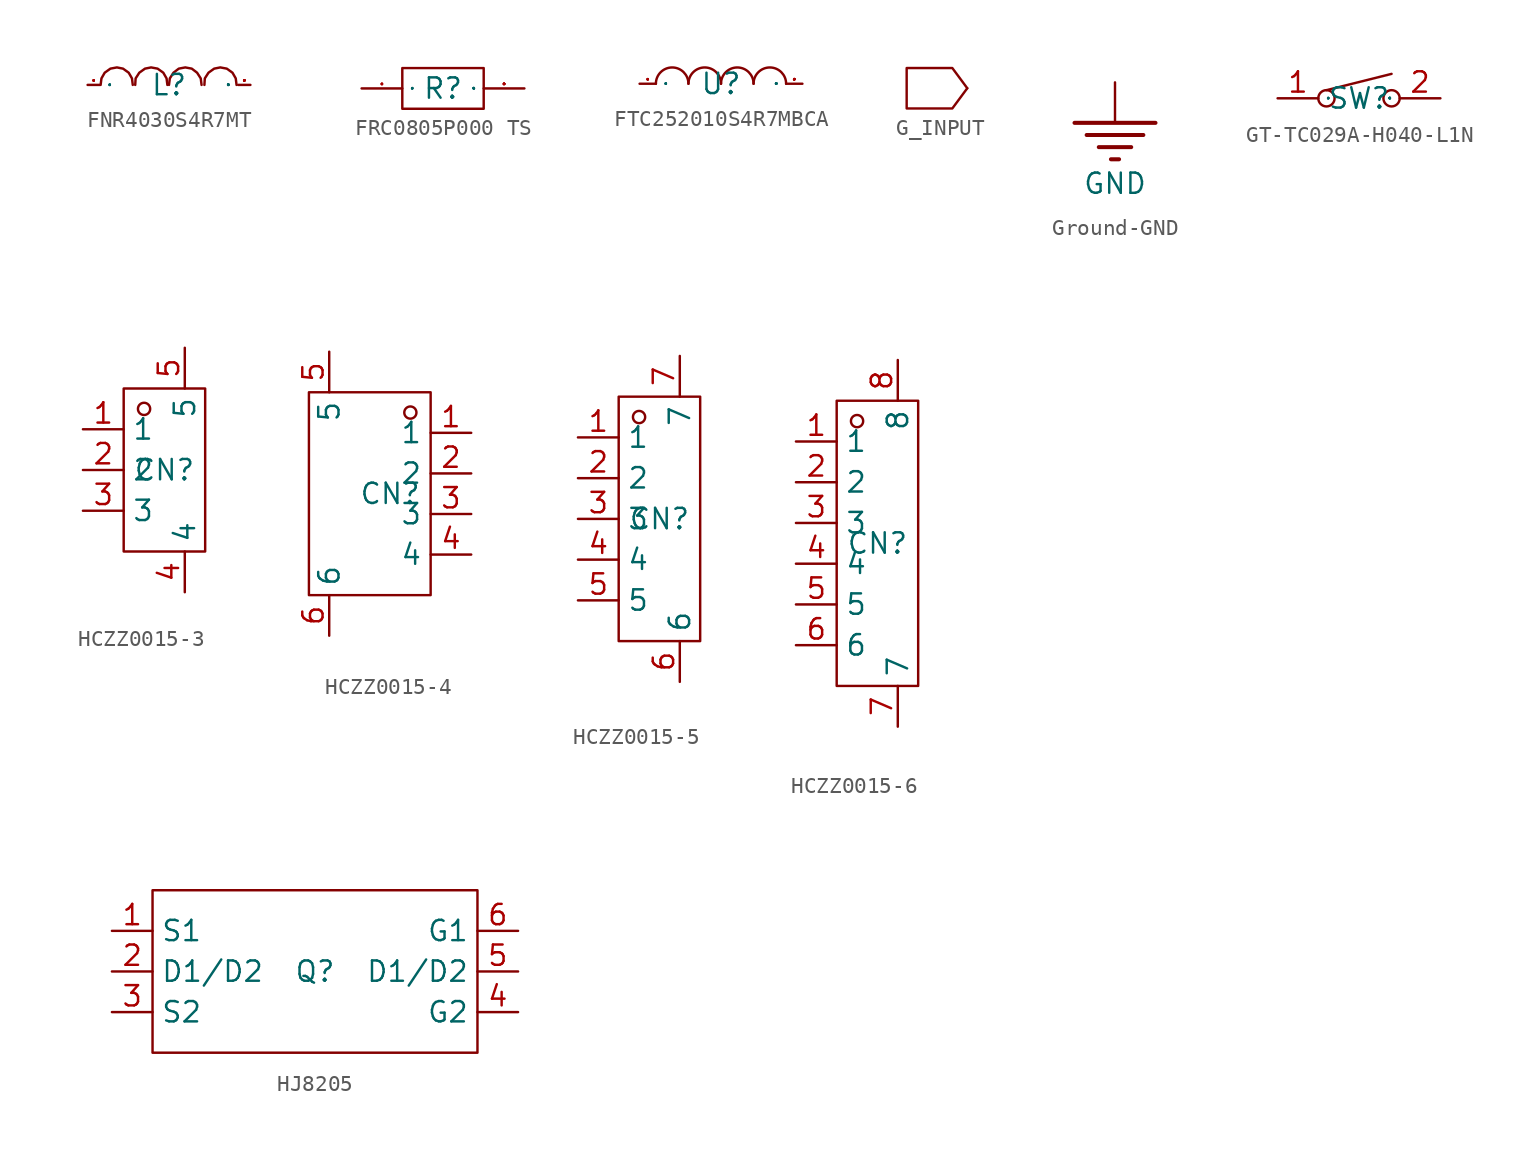
<source format=kicad_sym>
(kicad_symbol_lib
  (version 20241209)
  (generator "kicad_symbol_editor")
  (generator_version "9.0")
  (symbol "FNR4030S4R7MT"
    (property "Reference" "L"
      (at 0 0 0)
      (effects (font (size 1.27 1.27))))
    (symbol "FNR4030S4R7MT_1_0"
      (polyline (pts (xy -4.267 0) (xy -4.216 0.406) (xy -4.216 0.406) (xy -4.013 0.762) (xy -4.013 0.762) (xy -3.658 1.016) (xy -3.658 1.016) (xy -3.251 1.092) (xy -3.251 1.092) (xy -2.87 1.016) (xy -2.87 1.016) (xy -2.515 0.762) (xy -2.515 0.762) (xy -2.311 0.406) (xy -2.311 0.406) (xy -2.261 0)) (stroke (width 0) (type default)) (fill (type none)))
      (polyline (pts (xy -2.108 0) (xy -2.083 0.406) (xy -2.083 0.406) (xy -1.854 0.762) (xy -1.854 0.762) (xy -1.499 1.016) (xy -1.499 1.016) (xy -1.118 1.092) (xy -1.118 1.092) (xy -0.711 1.016) (xy -0.711 1.016) (xy -0.356 0.762) (xy -0.356 0.762) (xy -0.152 0.406) (xy -0.152 0.406) (xy -0.102 0)) (stroke (width 0) (type default)) (fill (type none)))
      (polyline (pts (xy 0 0) (xy 0.051 0.406) (xy 0.051 0.406) (xy 0.279 0.762) (xy 0.279 0.762) (xy 0.61 1.016) (xy 0.61 1.016) (xy 1.016 1.092) (xy 1.016 1.092) (xy 1.422 1.016) (xy 1.422 1.016) (xy 1.753 0.762) (xy 1.753 0.762) (xy 1.981 0.406) (xy 1.981 0.406) (xy 2.032 0)) (stroke (width 0) (type default)) (fill (type none)))
      (polyline (pts (xy 2.21 0) (xy 2.235 0.406) (xy 2.235 0.406) (xy 2.464 0.762) (xy 2.464 0.762) (xy 2.819 1.016) (xy 2.819 1.016) (xy 3.2 1.092) (xy 3.2 1.092) (xy 3.607 1.016) (xy 3.607 1.016) (xy 3.962 0.762) (xy 3.962 0.762) (xy 4.166 0.406) (xy 4.166 0.406) (xy 4.216 0)) (stroke (width 0) (type default)) (fill (type none)))
      (pin unspecified line (at -5.08 0 0) (length 0.762) (name "1" (effects (font (size 0.025 0.025)))) (number "1" (effects (font (size 0.025 0.025)))))
      (pin unspecified line (at 5.08 0 180) (length 0.762) (name "2" (effects (font (size 0.025 0.025)))) (number "2" (effects (font (size 0.025 0.025)))))))
  (symbol "FRC0805P000 TS"
    (property "Reference" "R"
      (at 0 0 0)
      (effects (font (size 1.27 1.27))))
    (symbol "FRC0805P000 TS_1_0"
      (rectangle (start -2.54 -1.27) (end 2.54 1.27) (stroke (width 0) (type default)) (fill (type none)))
      (pin unspecified line (at -5.08 0 0) (length 2.54) (name "1" (effects (font (size 0.025 0.025)))) (number "1" (effects (font (size 0.025 0.025)))))
      (pin unspecified line (at 5.08 0 180) (length 2.54) (name "2" (effects (font (size 0.025 0.025)))) (number "2" (effects (font (size 0.025 0.025)))))))
  (symbol "FTC252010S4R7MBCA"
    (property "Reference" "U"
      (at 0 0 0)
      (effects (font (size 1.27 1.27))))
    (symbol "FTC252010S4R7MBCA_1_0"
      (arc (start -4.064 0) (mid -3.0226 1.016) (end -2.032 0) (stroke (width 0) (type default)) (fill (type none)))
      (arc (start -2.032 0) (mid -0.9906 1.016) (end 0 0) (stroke (width 0) (type default)) (fill (type none)))
      (arc (start 0 0) (mid 1.016 1.016) (end 2.032 0) (stroke (width 0) (type default)) (fill (type none)))
      (arc (start 2.032 0) (mid 3.048 1.016) (end 4.064 0) (stroke (width 0) (type default)) (fill (type none)))
      (pin unspecified line (at -5.08 0 0) (length 1.016) (name "1" (effects (font (size 0.025 0.025)))) (number "1" (effects (font (size 0.025 0.025)))))
      (pin unspecified line (at 5.08 0 180) (length 1.016) (name "2" (effects (font (size 0.025 0.025)))) (number "2" (effects (font (size 0.025 0.025)))))))
  (symbol "G_INPUT"
    (power)
    (pin_numbers
      (hide yes))
    (pin_names
      (hide yes))
    (property "Reference" "#PWR"
      (at 0 0 0)
      (effects (font (size 1.27 1.27)) (hide yes)))
    (property "Value" ""
      (at 0 0 0)
      (effects (font (size 1.27 1.27))))
    (symbol "G_INPUT_1_0"
      (polyline (pts (xy 0 0) (xy -0.94 1.27) (xy -0.94 1.27) (xy -3.81 1.27) (xy -3.81 1.27) (xy -3.81 0) (xy -3.81 0) (xy -3.81 -1.27) (xy -3.81 -1.27) (xy -0.94 -1.27) (xy -0.94 -1.27) (xy 0 0)) (stroke (width 0) (type default)) (fill (type none)))
      (pin input line (at 0 0 270) (length 0) (name "1" (effects (font (size 0.025 0.025)))) (number "1" (effects (font (size 0 0)))))))
  (symbol "Ground-GND"
    (power)
    (pin_numbers
      (hide yes))
    (pin_names
      (hide yes))
    (property "Reference" "#PWR"
      (at 0 0 0)
      (effects (font (size 1.27 1.27)) (hide yes)))
    (property "Value" "GND"
      (at 0 -6.35 0)
      (effects (font (size 1.27 1.27))))
    (symbol "Ground-GND_1_0"
      (polyline (pts (xy -2.54 -2.54) (xy 2.54 -2.54)) (stroke (width 0.254) (type default)) (fill (type none)))
      (polyline (pts (xy -1.778 -3.302) (xy 1.778 -3.302)) (stroke (width 0.254) (type default)) (fill (type none)))
      (polyline (pts (xy -1.016 -4.064) (xy 1.016 -4.064)) (stroke (width 0.254) (type default)) (fill (type none)))
      (polyline (pts (xy -0.254 -4.826) (xy 0.254 -4.826)) (stroke (width 0.254) (type default)) (fill (type none)))
      (pin power_in line (at 0 0 270) (length 2.54) (name "" (effects (font (size 1.27 1.27)))) (number "1" (effects (font (size 0.025 0.025)))))))
  (symbol "GT-TC029A-H040-L1N"
    (property "Reference" "SW"
      (at 0 0 0)
      (effects (font (size 1.27 1.27))))
    (property "Value" ""
      (at 0 0 0)
      (effects (font (size 1.27 1.27))))
    (symbol "GT-TC029A-H040-L1N_1_0"
      (circle (center -2.032 0) (radius 0.508) (stroke (width 0) (type default)) (fill (type none)))
      (polyline (pts (xy 2.032 1.524) (xy -2.032 0.508)) (stroke (width 0) (type default)) (fill (type none)))
      (circle (center 2.032 0) (radius 0.508) (stroke (width 0) (type default)) (fill (type none)))
      (pin unspecified line (at -5.08 0 0) (length 2.54) (name "1" (effects (font (size 0.025 0.025)))) (number "1" (effects (font (size 1.27 1.27)))))
      (pin unspecified line (at 5.08 0 180) (length 2.54) (name "2" (effects (font (size 0.025 0.025)))) (number "2" (effects (font (size 1.27 1.27)))))))
  (symbol "HCZZ0015-3"
    (property "Reference" "CN"
      (at 0 0 0)
      (effects (font (size 1.27 1.27))))
    (property "Value" ""
      (at 0 0 0)
      (effects (font (size 1.27 1.27))))
    (symbol "HCZZ0015-3_1_0"
      (rectangle (start -2.54 -5.08) (end 2.54 5.08) (stroke (width 0) (type default)) (fill (type none)))
      (circle (center -1.27 3.81) (radius 0.381) (stroke (width 0) (type default)) (fill (type none)))
      (pin unspecified line (at -5.08 2.54 0) (length 2.54) (name "1" (effects (font (size 1.27 1.27)))) (number "1" (effects (font (size 1.27 1.27)))))
      (pin unspecified line (at -5.08 0 0) (length 2.54) (name "2" (effects (font (size 1.27 1.27)))) (number "2" (effects (font (size 1.27 1.27)))))
      (pin unspecified line (at -5.08 -2.54 0) (length 2.54) (name "3" (effects (font (size 1.27 1.27)))) (number "3" (effects (font (size 1.27 1.27)))))
      (pin unspecified line (at 1.27 7.62 270) (length 2.54) (name "5" (effects (font (size 1.27 1.27)))) (number "5" (effects (font (size 1.27 1.27)))))
      (pin unspecified line (at 1.27 -7.62 90) (length 2.54) (name "4" (effects (font (size 1.27 1.27)))) (number "4" (effects (font (size 1.27 1.27)))))))
  (symbol "HCZZ0015-4"
    (property "Reference" "CN"
      (at 0 0 0)
      (effects (font (size 1.27 1.27))))
    (property "Value" ""
      (at 0 0 0)
      (effects (font (size 1.27 1.27))))
    (symbol "HCZZ0015-4_1_0"
      (rectangle (start -5.08 -6.35) (end 2.54 6.35) (stroke (width 0) (type default)) (fill (type none)))
      (circle (center 1.27 5.08) (radius 0.381) (stroke (width 0) (type default)) (fill (type none)))
      (pin unspecified line (at -3.81 8.89 270) (length 2.54) (name "5" (effects (font (size 1.27 1.27)))) (number "5" (effects (font (size 1.27 1.27)))))
      (pin unspecified line (at -3.81 -8.89 90) (length 2.54) (name "6" (effects (font (size 1.27 1.27)))) (number "6" (effects (font (size 1.27 1.27)))))
      (pin unspecified line (at 5.08 3.81 180) (length 2.54) (name "1" (effects (font (size 1.27 1.27)))) (number "1" (effects (font (size 1.27 1.27)))))
      (pin unspecified line (at 5.08 1.27 180) (length 2.54) (name "2" (effects (font (size 1.27 1.27)))) (number "2" (effects (font (size 1.27 1.27)))))
      (pin unspecified line (at 5.08 -1.27 180) (length 2.54) (name "3" (effects (font (size 1.27 1.27)))) (number "3" (effects (font (size 1.27 1.27)))))
      (pin unspecified line (at 5.08 -3.81 180) (length 2.54) (name "4" (effects (font (size 1.27 1.27)))) (number "4" (effects (font (size 1.27 1.27)))))))
  (symbol "HCZZ0015-5"
    (property "Reference" "CN"
      (at 0 0 0)
      (effects (font (size 1.27 1.27))))
    (property "Value" ""
      (at 0 0 0)
      (effects (font (size 1.27 1.27))))
    (symbol "HCZZ0015-5_1_0"
      (rectangle (start -2.54 -7.62) (end 2.54 7.62) (stroke (width 0) (type default)) (fill (type none)))
      (circle (center -1.27 6.35) (radius 0.381) (stroke (width 0) (type default)) (fill (type none)))
      (pin unspecified line (at -5.08 5.08 0) (length 2.54) (name "1" (effects (font (size 1.27 1.27)))) (number "1" (effects (font (size 1.27 1.27)))))
      (pin unspecified line (at -5.08 2.54 0) (length 2.54) (name "2" (effects (font (size 1.27 1.27)))) (number "2" (effects (font (size 1.27 1.27)))))
      (pin unspecified line (at -5.08 0 0) (length 2.54) (name "3" (effects (font (size 1.27 1.27)))) (number "3" (effects (font (size 1.27 1.27)))))
      (pin unspecified line (at -5.08 -2.54 0) (length 2.54) (name "4" (effects (font (size 1.27 1.27)))) (number "4" (effects (font (size 1.27 1.27)))))
      (pin unspecified line (at -5.08 -5.08 0) (length 2.54) (name "5" (effects (font (size 1.27 1.27)))) (number "5" (effects (font (size 1.27 1.27)))))
      (pin unspecified line (at 1.27 10.16 270) (length 2.54) (name "7" (effects (font (size 1.27 1.27)))) (number "7" (effects (font (size 1.27 1.27)))))
      (pin unspecified line (at 1.27 -10.16 90) (length 2.54) (name "6" (effects (font (size 1.27 1.27)))) (number "6" (effects (font (size 1.27 1.27)))))))
  (symbol "HCZZ0015-6"
    (property "Reference" "CN"
      (at 0 0 0)
      (effects (font (size 1.27 1.27))))
    (property "Value" ""
      (at 0 0 0)
      (effects (font (size 1.27 1.27))))
    (symbol "HCZZ0015-6_1_0"
      (rectangle (start -2.54 -8.89) (end 2.54 8.89) (stroke (width 0) (type default)) (fill (type none)))
      (circle (center -1.27 7.62) (radius 0.381) (stroke (width 0) (type default)) (fill (type none)))
      (pin unspecified line (at -5.08 6.35 0) (length 2.54) (name "1" (effects (font (size 1.27 1.27)))) (number "1" (effects (font (size 1.27 1.27)))))
      (pin unspecified line (at -5.08 3.81 0) (length 2.54) (name "2" (effects (font (size 1.27 1.27)))) (number "2" (effects (font (size 1.27 1.27)))))
      (pin unspecified line (at -5.08 1.27 0) (length 2.54) (name "3" (effects (font (size 1.27 1.27)))) (number "3" (effects (font (size 1.27 1.27)))))
      (pin unspecified line (at -5.08 -1.27 0) (length 2.54) (name "4" (effects (font (size 1.27 1.27)))) (number "4" (effects (font (size 1.27 1.27)))))
      (pin unspecified line (at -5.08 -3.81 0) (length 2.54) (name "5" (effects (font (size 1.27 1.27)))) (number "5" (effects (font (size 1.27 1.27)))))
      (pin unspecified line (at -5.08 -6.35 0) (length 2.54) (name "6" (effects (font (size 1.27 1.27)))) (number "6" (effects (font (size 1.27 1.27)))))
      (pin unspecified line (at 1.27 11.43 270) (length 2.54) (name "8" (effects (font (size 1.27 1.27)))) (number "8" (effects (font (size 1.27 1.27)))))
      (pin unspecified line (at 1.27 -11.43 90) (length 2.54) (name "7" (effects (font (size 1.27 1.27)))) (number "7" (effects (font (size 1.27 1.27)))))))
  (symbol "HJ8205"
    (property "Reference" "Q"
      (at 0 0 0)
      (effects (font (size 1.27 1.27))))
    (property "Value" ""
      (at 0 0 0)
      (effects (font (size 1.27 1.27))))
    (symbol "HJ8205_1_0"
      (rectangle (start -10.16 5.08) (end 10.16 -5.08) (stroke (width 0) (type default)) (fill (type none)))
      (pin unspecified line (at -12.7 2.54 0) (length 2.54) (name "S1" (effects (font (size 1.27 1.27)))) (number "1" (effects (font (size 1.27 1.27)))))
      (pin unspecified line (at -12.7 0 0) (length 2.54) (name "D1/D2" (effects (font (size 1.27 1.27)))) (number "2" (effects (font (size 1.27 1.27)))))
      (pin unspecified line (at -12.7 -2.54 0) (length 2.54) (name "S2" (effects (font (size 1.27 1.27)))) (number "3" (effects (font (size 1.27 1.27)))))
      (pin unspecified line (at 12.7 2.54 180) (length 2.54) (name "G1" (effects (font (size 1.27 1.27)))) (number "6" (effects (font (size 1.27 1.27)))))
      (pin unspecified line (at 12.7 0 180) (length 2.54) (name "D1/D2" (effects (font (size 1.27 1.27)))) (number "5" (effects (font (size 1.27 1.27)))))
      (pin unspecified line (at 12.7 -2.54 180) (length 2.54) (name "G2" (effects (font (size 1.27 1.27)))) (number "4" (effects (font (size 1.27 1.27))))))))
</source>
